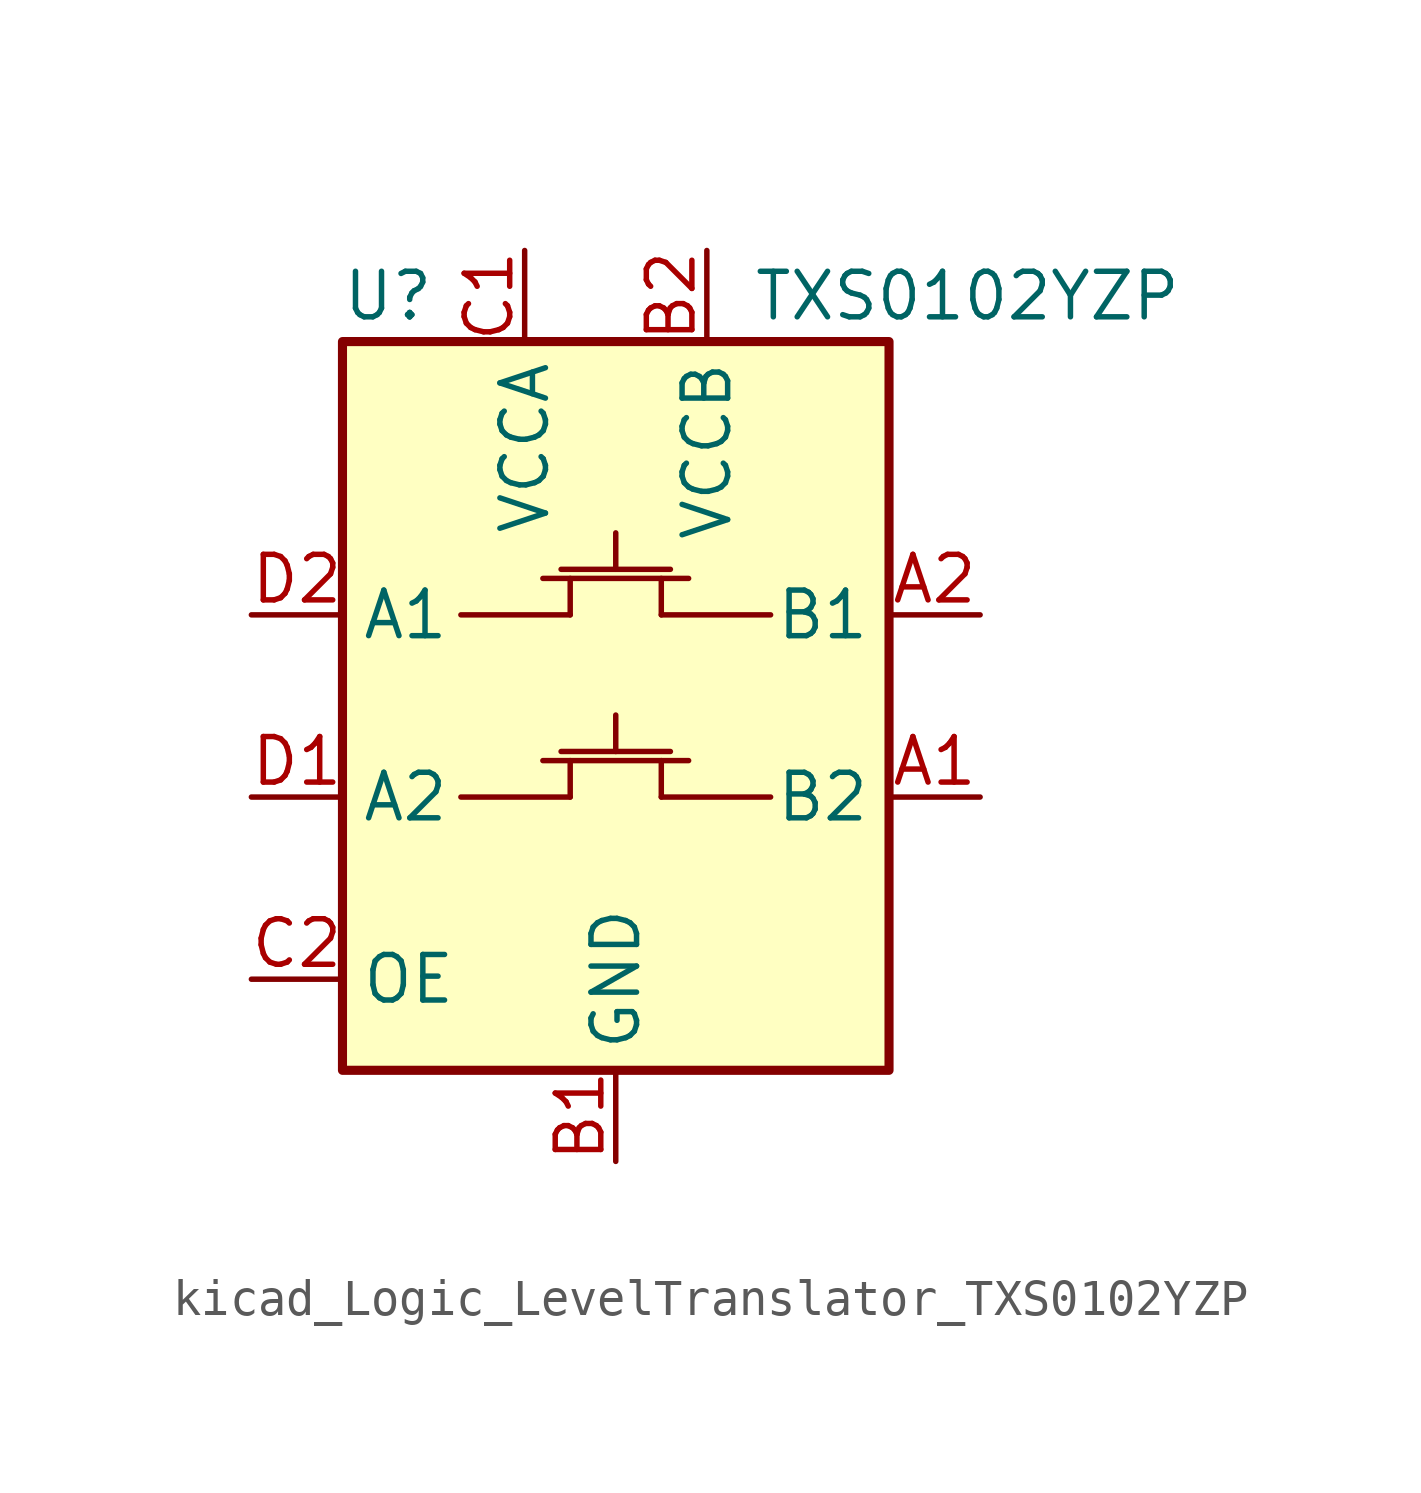
<source format=kicad_sym>
(kicad_symbol_lib
  (version 20220914)
  (generator kicad_symbol_editor)
  (symbol "kicad_Logic_LevelTranslator_TXS0102YZP"
    (property "Reference" "U"
      (at -6.35 11.43 0)
      (effects (font (size 1.27 1.27))))
    (property "Value" "TXS0102YZP"
      (at 3.81 11.43 0)
      (effects (font (size 1.27 1.27)) (justify left)))
    (symbol "kicad_Logic_LevelTranslator_TXS0102YZP_0_1"
      (rectangle (start -7.62 10.16) (end 7.62 -10.16) (stroke (width 0.254) (type default)) (fill (type background)))
      (polyline (pts (xy -4.318 -2.54) (xy -1.27 -2.54)) (stroke (width 0) (type default)) (fill (type none)))
      (polyline (pts (xy -2.032 -1.524) (xy 2.032 -1.524)) (stroke (width 0) (type default)) (fill (type none)))
      (polyline (pts (xy -1.524 -1.27) (xy 1.524 -1.27)) (stroke (width 0) (type default)) (fill (type none)))
      (polyline (pts (xy -1.27 -2.54) (xy -1.27 -1.524)) (stroke (width 0) (type default)) (fill (type none)))
      (polyline (pts (xy 0 -1.27) (xy 0 -0.254)) (stroke (width 0) (type default)) (fill (type none)))
      (polyline (pts (xy 1.27 -2.54) (xy 1.27 -1.524)) (stroke (width 0) (type default)) (fill (type none)))
      (polyline (pts (xy 4.318 -2.54) (xy 1.27 -2.54)) (stroke (width 0) (type default)) (fill (type none))))
    (symbol "kicad_Logic_LevelTranslator_TXS0102YZP_1_1"
      (polyline (pts (xy -4.318 2.54) (xy -1.27 2.54)) (stroke (width 0) (type default)) (fill (type none)))
      (polyline (pts (xy -2.032 3.556) (xy 2.032 3.556)) (stroke (width 0) (type default)) (fill (type none)))
      (polyline (pts (xy -1.524 3.81) (xy 1.524 3.81)) (stroke (width 0) (type default)) (fill (type none)))
      (polyline (pts (xy -1.27 2.54) (xy -1.27 3.556)) (stroke (width 0) (type default)) (fill (type none)))
      (polyline (pts (xy 0 3.81) (xy 0 4.826)) (stroke (width 0) (type default)) (fill (type none)))
      (polyline (pts (xy 1.27 2.54) (xy 1.27 3.556)) (stroke (width 0) (type default)) (fill (type none)))
      (polyline (pts (xy 4.318 2.54) (xy 1.27 2.54)) (stroke (width 0) (type default)) (fill (type none)))
      (pin bidirectional line (at 10.16 -2.54 180) (length 2.54) (name "B2" (effects (font (size 1.27 1.27)))) (number "A1" (effects (font (size 1.27 1.27)))))
      (pin bidirectional line (at 10.16 2.54 180) (length 2.54) (name "B1" (effects (font (size 1.27 1.27)))) (number "A2" (effects (font (size 1.27 1.27)))))
      (pin power_in line (at 0 -12.7 90) (length 2.54) (name "GND" (effects (font (size 1.27 1.27)))) (number "B1" (effects (font (size 1.27 1.27)))))
      (pin power_in line (at 2.54 12.7 270) (length 2.54) (name "VCCB" (effects (font (size 1.27 1.27)))) (number "B2" (effects (font (size 1.27 1.27)))))
      (pin power_in line (at -2.54 12.7 270) (length 2.54) (name "VCCA" (effects (font (size 1.27 1.27)))) (number "C1" (effects (font (size 1.27 1.27)))))
      (pin input line (at -10.16 -7.62 0) (length 2.54) (name "OE" (effects (font (size 1.27 1.27)))) (number "C2" (effects (font (size 1.27 1.27)))))
      (pin bidirectional line (at -10.16 -2.54 0) (length 2.54) (name "A2" (effects (font (size 1.27 1.27)))) (number "D1" (effects (font (size 1.27 1.27)))))
      (pin bidirectional line (at -10.16 2.54 0) (length 2.54) (name "A1" (effects (font (size 1.27 1.27)))) (number "D2" (effects (font (size 1.27 1.27))))))))
</source>
